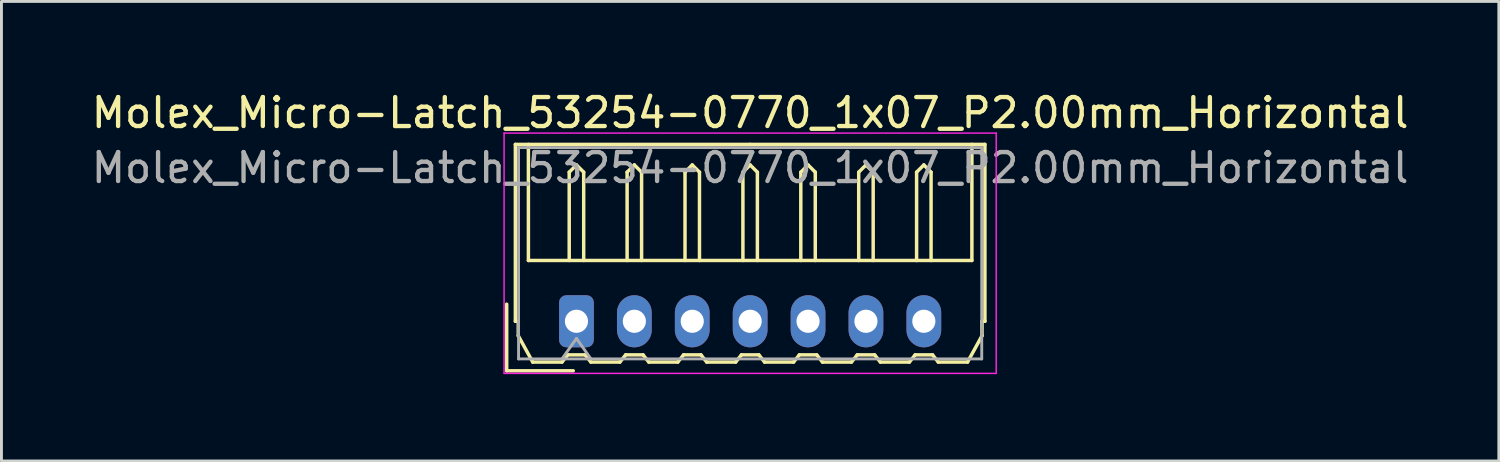
<source format=kicad_pcb>
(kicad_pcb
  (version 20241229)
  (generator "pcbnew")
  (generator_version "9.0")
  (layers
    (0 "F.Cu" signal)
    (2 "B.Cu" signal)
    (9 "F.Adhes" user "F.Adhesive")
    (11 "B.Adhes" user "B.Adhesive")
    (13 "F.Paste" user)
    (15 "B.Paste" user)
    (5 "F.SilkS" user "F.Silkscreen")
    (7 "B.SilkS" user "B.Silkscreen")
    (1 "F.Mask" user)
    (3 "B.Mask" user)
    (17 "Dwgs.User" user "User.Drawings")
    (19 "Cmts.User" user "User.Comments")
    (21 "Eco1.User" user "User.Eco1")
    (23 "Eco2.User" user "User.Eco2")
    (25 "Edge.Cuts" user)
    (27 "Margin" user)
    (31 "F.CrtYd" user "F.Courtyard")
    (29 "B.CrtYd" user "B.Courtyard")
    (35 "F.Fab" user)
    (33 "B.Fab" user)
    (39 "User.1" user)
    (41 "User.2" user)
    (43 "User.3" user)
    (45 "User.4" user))
  (footprint "Molex_Micro-Latch_53254-0770_1x07_P2.00mm_Horizontal"
    (layer "F.Cu")
    (at 16.863 8.048)
    (property "Reference" "Molex_Micro-Latch_53254-0770_1x07_P2.00mm_Horizontal" (at 6 -7.2 0) (layer "F.SilkS") (effects (font (size 1 1) (thickness 0.15))))
    (attr through_hole)
    (fp_line (start -2.41 1.71) (end -2.41 -0.59) (stroke (width 0.12) (type solid)) (layer "F.SilkS"))
    (fp_line (start -2.11 -6.11) (end 6 -6.11) (stroke (width 0.12) (type solid)) (layer "F.SilkS"))
    (fp_line (start -2.11 0) (end -2.11 -6.11) (stroke (width 0.12) (type solid)) (layer "F.SilkS"))
    (fp_line (start -2.01 0) (end -2.11 0) (stroke (width 0.12) (type solid)) (layer "F.SilkS"))
    (fp_line (start -2.01 0.5) (end -2.01 0) (stroke (width 0.12) (type solid)) (layer "F.SilkS"))
    (fp_line (start -1.66 -6.11) (end -1.66 -2.1) (stroke (width 0.12) (type solid)) (layer "F.SilkS"))
    (fp_line (start -1.66 -2.1) (end 13.66 -2.1) (stroke (width 0.12) (type solid)) (layer "F.SilkS"))
    (fp_line (start -1.51 1.41) (end -2.01 0.5) (stroke (width 0.12) (type solid)) (layer "F.SilkS"))
    (fp_line (start -0.5 1.41) (end -1.51 1.41) (stroke (width 0.12) (type solid)) (layer "F.SilkS"))
    (fp_line (start -0.3 1.16) (end -0.5 1.41) (stroke (width 0.12) (type solid)) (layer "F.SilkS"))
    (fp_line (start -0.3 1.16) (end 0.3 1.16) (stroke (width 0.12) (type solid)) (layer "F.SilkS"))
    (fp_line (start -0.25 -5.15) (end 0 -5.4) (stroke (width 0.12) (type solid)) (layer "F.SilkS"))
    (fp_line (start -0.25 -2.1) (end -0.25 -5.15) (stroke (width 0.12) (type solid)) (layer "F.SilkS"))
    (fp_line (start -0.11 1.71) (end -2.41 1.71) (stroke (width 0.12) (type solid)) (layer "F.SilkS"))
    (fp_line (start 0 -5.4) (end 0.25 -5.15) (stroke (width 0.12) (type solid)) (layer "F.SilkS"))
    (fp_line (start 0.25 -5.15) (end 0.25 -2.1) (stroke (width 0.12) (type solid)) (layer "F.SilkS"))
    (fp_line (start 0.3 1.16) (end 0.5 1.41) (stroke (width 0.12) (type solid)) (layer "F.SilkS"))
    (fp_line (start 0.5 1.41) (end 1.5 1.41) (stroke (width 0.12) (type solid)) (layer "F.SilkS"))
    (fp_line (start 1.5 1.41) (end 1.7 1.16) (stroke (width 0.12) (type solid)) (layer "F.SilkS"))
    (fp_line (start 1.7 1.16) (end 2.3 1.16) (stroke (width 0.12) (type solid)) (layer "F.SilkS"))
    (fp_line (start 1.75 -5.15) (end 2 -5.4) (stroke (width 0.12) (type solid)) (layer "F.SilkS"))
    (fp_line (start 1.75 -2.1) (end 1.75 -5.15) (stroke (width 0.12) (type solid)) (layer "F.SilkS"))
    (fp_line (start 2 -5.4) (end 2.25 -5.15) (stroke (width 0.12) (type solid)) (layer "F.SilkS"))
    (fp_line (start 2.25 -5.15) (end 2.25 -2.1) (stroke (width 0.12) (type solid)) (layer "F.SilkS"))
    (fp_line (start 2.3 1.16) (end 2.5 1.41) (stroke (width 0.12) (type solid)) (layer "F.SilkS"))
    (fp_line (start 2.5 1.41) (end 3.5 1.41) (stroke (width 0.12) (type solid)) (layer "F.SilkS"))
    (fp_line (start 3.5 1.41) (end 3.7 1.16) (stroke (width 0.12) (type solid)) (layer "F.SilkS"))
    (fp_line (start 3.7 1.16) (end 4.3 1.16) (stroke (width 0.12) (type solid)) (layer "F.SilkS"))
    (fp_line (start 3.75 -5.15) (end 4 -5.4) (stroke (width 0.12) (type solid)) (layer "F.SilkS"))
    (fp_line (start 3.75 -2.1) (end 3.75 -5.15) (stroke (width 0.12) (type solid)) (layer "F.SilkS"))
    (fp_line (start 4 -5.4) (end 4.25 -5.15) (stroke (width 0.12) (type solid)) (layer "F.SilkS"))
    (fp_line (start 4.25 -5.15) (end 4.25 -2.1) (stroke (width 0.12) (type solid)) (layer "F.SilkS"))
    (fp_line (start 4.3 1.16) (end 4.5 1.41) (stroke (width 0.12) (type solid)) (layer "F.SilkS"))
    (fp_line (start 4.5 1.41) (end 5.5 1.41) (stroke (width 0.12) (type solid)) (layer "F.SilkS"))
    (fp_line (start 5.5 1.41) (end 5.7 1.16) (stroke (width 0.12) (type solid)) (layer "F.SilkS"))
    (fp_line (start 5.7 1.16) (end 6.3 1.16) (stroke (width 0.12) (type solid)) (layer "F.SilkS"))
    (fp_line (start 5.75 -5.15) (end 6 -5.4) (stroke (width 0.12) (type solid)) (layer "F.SilkS"))
    (fp_line (start 5.75 -2.1) (end 5.75 -5.15) (stroke (width 0.12) (type solid)) (layer "F.SilkS"))
    (fp_line (start 6 -5.4) (end 6.25 -5.15) (stroke (width 0.12) (type solid)) (layer "F.SilkS"))
    (fp_line (start 6.25 -5.15) (end 6.25 -2.1) (stroke (width 0.12) (type solid)) (layer "F.SilkS"))
    (fp_line (start 6.3 1.16) (end 6.5 1.41) (stroke (width 0.12) (type solid)) (layer "F.SilkS"))
    (fp_line (start 6.5 1.41) (end 7.5 1.41) (stroke (width 0.12) (type solid)) (layer "F.SilkS"))
    (fp_line (start 7.5 1.41) (end 7.7 1.16) (stroke (width 0.12) (type solid)) (layer "F.SilkS"))
    (fp_line (start 7.7 1.16) (end 8.3 1.16) (stroke (width 0.12) (type solid)) (layer "F.SilkS"))
    (fp_line (start 7.75 -5.15) (end 8 -5.4) (stroke (width 0.12) (type solid)) (layer "F.SilkS"))
    (fp_line (start 7.75 -2.1) (end 7.75 -5.15) (stroke (width 0.12) (type solid)) (layer "F.SilkS"))
    (fp_line (start 8 -5.4) (end 8.25 -5.15) (stroke (width 0.12) (type solid)) (layer "F.SilkS"))
    (fp_line (start 8.25 -5.15) (end 8.25 -2.1) (stroke (width 0.12) (type solid)) (layer "F.SilkS"))
    (fp_line (start 8.3 1.16) (end 8.5 1.41) (stroke (width 0.12) (type solid)) (layer "F.SilkS"))
    (fp_line (start 8.5 1.41) (end 9.5 1.41) (stroke (width 0.12) (type solid)) (layer "F.SilkS"))
    (fp_line (start 9.5 1.41) (end 9.7 1.16) (stroke (width 0.12) (type solid)) (layer "F.SilkS"))
    (fp_line (start 9.7 1.16) (end 10.3 1.16) (stroke (width 0.12) (type solid)) (layer "F.SilkS"))
    (fp_line (start 9.75 -5.15) (end 10 -5.4) (stroke (width 0.12) (type solid)) (layer "F.SilkS"))
    (fp_line (start 9.75 -2.1) (end 9.75 -5.15) (stroke (width 0.12) (type solid)) (layer "F.SilkS"))
    (fp_line (start 10 -5.4) (end 10.25 -5.15) (stroke (width 0.12) (type solid)) (layer "F.SilkS"))
    (fp_line (start 10.25 -5.15) (end 10.25 -2.1) (stroke (width 0.12) (type solid)) (layer "F.SilkS"))
    (fp_line (start 10.3 1.16) (end 10.5 1.41) (stroke (width 0.12) (type solid)) (layer "F.SilkS"))
    (fp_line (start 10.5 1.41) (end 11.5 1.41) (stroke (width 0.12) (type solid)) (layer "F.SilkS"))
    (fp_line (start 11.5 1.41) (end 11.7 1.16) (stroke (width 0.12) (type solid)) (layer "F.SilkS"))
    (fp_line (start 11.7 1.16) (end 12.3 1.16) (stroke (width 0.12) (type solid)) (layer "F.SilkS"))
    (fp_line (start 11.75 -5.15) (end 12 -5.4) (stroke (width 0.12) (type solid)) (layer "F.SilkS"))
    (fp_line (start 11.75 -2.1) (end 11.75 -5.15) (stroke (width 0.12) (type solid)) (layer "F.SilkS"))
    (fp_line (start 12 -5.4) (end 12.25 -5.15) (stroke (width 0.12) (type solid)) (layer "F.SilkS"))
    (fp_line (start 12.25 -5.15) (end 12.25 -2.1) (stroke (width 0.12) (type solid)) (layer "F.SilkS"))
    (fp_line (start 12.3 1.16) (end 12.5 1.41) (stroke (width 0.12) (type solid)) (layer "F.SilkS"))
    (fp_line (start 12.5 1.41) (end 13.51 1.41) (stroke (width 0.12) (type solid)) (layer "F.SilkS"))
    (fp_line (start 13.51 1.41) (end 14.01 0.5) (stroke (width 0.12) (type solid)) (layer "F.SilkS"))
    (fp_line (start 13.66 -2.1) (end 13.66 -6.11) (stroke (width 0.12) (type solid)) (layer "F.SilkS"))
    (fp_line (start 14.01 0) (end 14.11 0) (stroke (width 0.12) (type solid)) (layer "F.SilkS"))
    (fp_line (start 14.01 0.5) (end 14.01 0) (stroke (width 0.12) (type solid)) (layer "F.SilkS"))
    (fp_line (start 14.11 -6.11) (end 6 -6.11) (stroke (width 0.12) (type solid)) (layer "F.SilkS"))
    (fp_line (start 14.11 0) (end 14.11 -6.11) (stroke (width 0.12) (type solid)) (layer "F.SilkS"))
    (fp_line (start -2.5 -6.5) (end -2.5 1.8) (stroke (width 0.05) (type solid)) (layer "F.CrtYd"))
    (fp_line (start -2.5 1.8) (end 14.5 1.8) (stroke (width 0.05) (type solid)) (layer "F.CrtYd"))
    (fp_line (start 14.5 -6.5) (end -2.5 -6.5) (stroke (width 0.05) (type solid)) (layer "F.CrtYd"))
    (fp_line (start 14.5 1.8) (end 14.5 -6.5) (stroke (width 0.05) (type solid)) (layer "F.CrtYd"))
    (fp_line (start -2 -6) (end -2 1.3) (stroke (width 0.1) (type solid)) (layer "F.Fab"))
    (fp_line (start -2 1.3) (end 14 1.3) (stroke (width 0.1) (type solid)) (layer "F.Fab"))
    (fp_line (start -0.5 1.3) (end 0 0.593) (stroke (width 0.1) (type solid)) (layer "F.Fab"))
    (fp_line (start 0 0.593) (end 0.5 1.3) (stroke (width 0.1) (type solid)) (layer "F.Fab"))
    (fp_line (start 14 -6) (end -2 -6) (stroke (width 0.1) (type solid)) (layer "F.Fab"))
    (fp_line (start 14 1.3) (end 14 -6) (stroke (width 0.1) (type solid)) (layer "F.Fab"))
    (fp_text user "${REFERENCE}" (at 6 -5.3 0) (layer "F.Fab") (effects (font (size 1 1) (thickness 0.15))))
    (pad "1" thru_hole roundrect (at 0 0) (size 1.2 1.8) (drill 0.8) (layers "*.Cu" "*.Mask") (roundrect_rratio 0.208))
    (pad "2" thru_hole oval (at 2 0) (size 1.2 1.8) (drill 0.8) (layers "*.Cu" "*.Mask"))
    (pad "3" thru_hole oval (at 4 0) (size 1.2 1.8) (drill 0.8) (layers "*.Cu" "*.Mask"))
    (pad "4" thru_hole oval (at 6 0) (size 1.2 1.8) (drill 0.8) (layers "*.Cu" "*.Mask"))
    (pad "5" thru_hole oval (at 8 0) (size 1.2 1.8) (drill 0.8) (layers "*.Cu" "*.Mask"))
    (pad "6" thru_hole oval (at 10 0) (size 1.2 1.8) (drill 0.8) (layers "*.Cu" "*.Mask"))
    (pad "7" thru_hole oval (at 12 0) (size 1.2 1.8) (drill 0.8) (layers "*.Cu" "*.Mask")))
  (gr_rect
    (start -3 -3)
    (end 48.726 12.873)
    (stroke (width 0.1) (type default))
    (fill no)
    (layer "Edge.Cuts")))
</source>
